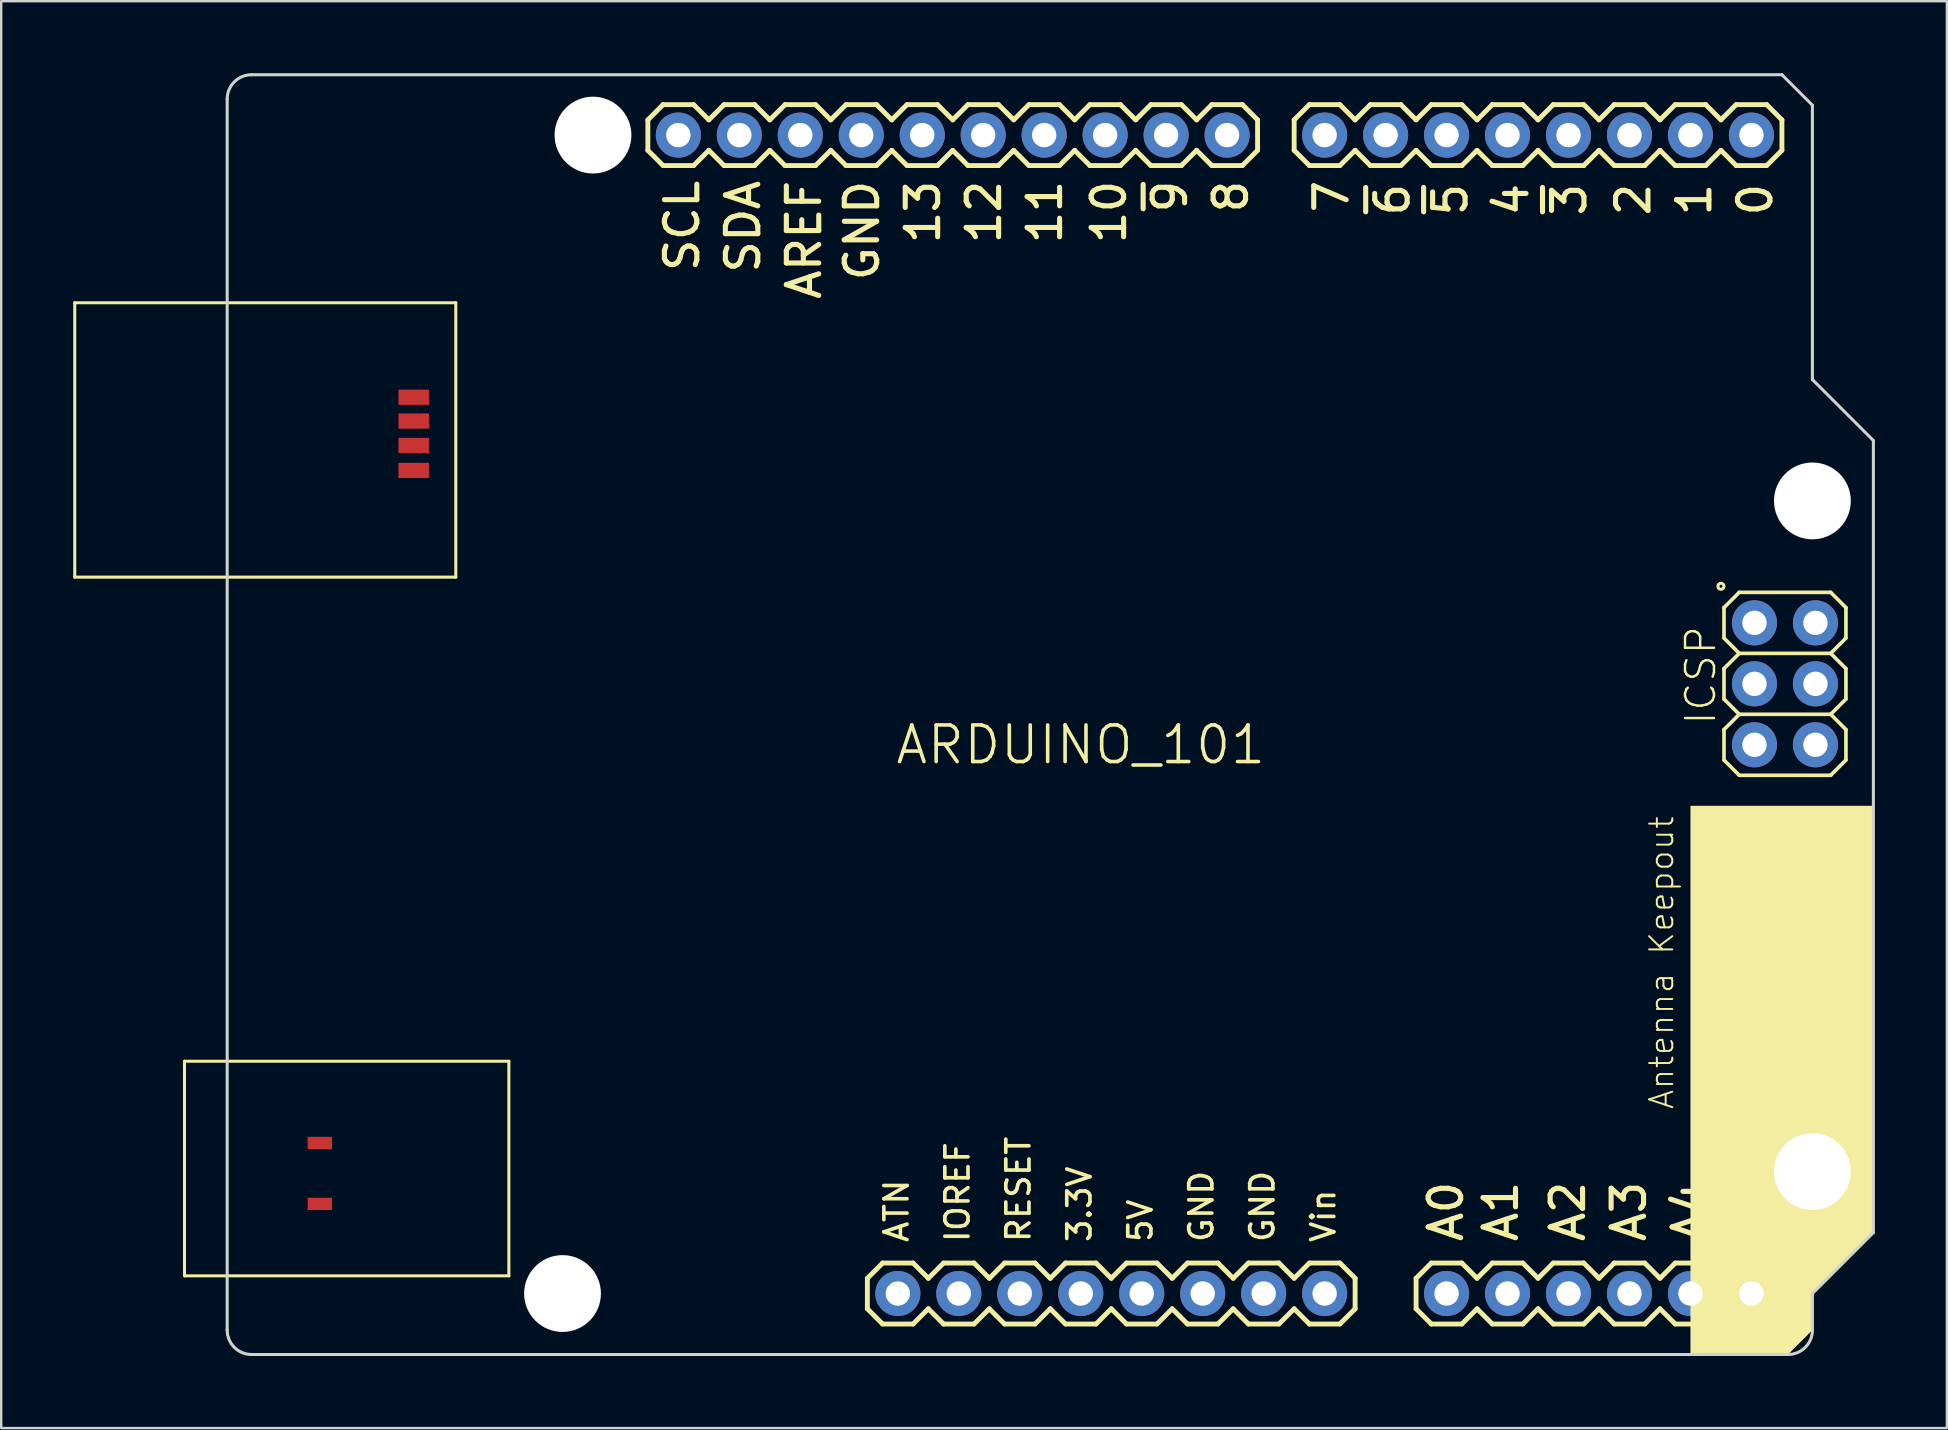
<source format=kicad_pcb>
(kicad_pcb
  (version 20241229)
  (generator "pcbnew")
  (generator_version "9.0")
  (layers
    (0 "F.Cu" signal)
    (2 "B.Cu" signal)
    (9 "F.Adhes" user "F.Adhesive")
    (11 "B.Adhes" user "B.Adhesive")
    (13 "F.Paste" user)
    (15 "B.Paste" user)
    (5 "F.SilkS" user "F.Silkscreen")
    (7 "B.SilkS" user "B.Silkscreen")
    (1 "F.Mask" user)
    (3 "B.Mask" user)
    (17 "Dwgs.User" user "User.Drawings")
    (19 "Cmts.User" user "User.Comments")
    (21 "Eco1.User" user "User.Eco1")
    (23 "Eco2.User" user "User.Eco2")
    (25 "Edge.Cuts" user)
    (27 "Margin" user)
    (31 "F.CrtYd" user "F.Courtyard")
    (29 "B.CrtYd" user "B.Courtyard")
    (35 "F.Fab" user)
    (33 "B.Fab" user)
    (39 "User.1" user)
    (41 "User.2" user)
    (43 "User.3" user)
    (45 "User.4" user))
  (footprint "ARDUINO_101"
    (layer "F.Cu")
    (at 41.974 27.978)
    (property "Reference" "ARDUINO_101" (at 0 0 0) (layer "F.SilkS") (effects (font (size 1.524 1.524) (thickness 0.15))))
    (attr through_hole)
    (fp_line (start -41.91 -18.415) (end -41.91 -6.985) (stroke (width 0.127) (type solid)) (layer "F.SilkS"))
    (fp_line (start -41.91 -6.985) (end -26.035 -6.985) (stroke (width 0.127) (type solid)) (layer "F.SilkS"))
    (fp_line (start -37.338 13.183) (end -37.338 22.123) (stroke (width 0.127) (type solid)) (layer "F.SilkS"))
    (fp_line (start -37.338 22.123) (end -23.825 22.123) (stroke (width 0.127) (type solid)) (layer "F.SilkS"))
    (fp_line (start -26.035 -18.415) (end -41.91 -18.415) (stroke (width 0.127) (type solid)) (layer "F.SilkS"))
    (fp_line (start -26.035 -6.985) (end -26.035 -18.415) (stroke (width 0.127) (type solid)) (layer "F.SilkS"))
    (fp_line (start -23.825 13.183) (end -37.338 13.183) (stroke (width 0.127) (type solid)) (layer "F.SilkS"))
    (fp_line (start -23.825 22.123) (end -23.825 13.183) (stroke (width 0.127) (type solid)) (layer "F.SilkS"))
    (fp_line (start -18.034 -26.035) (end -18.034 -24.765) (stroke (width 0.203) (type solid)) (layer "F.SilkS"))
    (fp_line (start -18.034 -24.765) (end -17.399 -24.13) (stroke (width 0.203) (type solid)) (layer "F.SilkS"))
    (fp_line (start -17.399 -26.67) (end -18.034 -26.035) (stroke (width 0.203) (type solid)) (layer "F.SilkS"))
    (fp_line (start -17.399 -26.67) (end -16.129 -26.67) (stroke (width 0.203) (type solid)) (layer "F.SilkS"))
    (fp_line (start -16.129 -26.67) (end -15.494 -26.035) (stroke (width 0.203) (type solid)) (layer "F.SilkS"))
    (fp_line (start -16.129 -24.13) (end -17.399 -24.13) (stroke (width 0.203) (type solid)) (layer "F.SilkS"))
    (fp_line (start -15.494 -24.765) (end -16.129 -24.13) (stroke (width 0.203) (type solid)) (layer "F.SilkS"))
    (fp_line (start -15.494 -24.765) (end -14.859 -24.13) (stroke (width 0.203) (type solid)) (layer "F.SilkS"))
    (fp_line (start -14.859 -26.67) (end -15.494 -26.035) (stroke (width 0.203) (type solid)) (layer "F.SilkS"))
    (fp_line (start -14.859 -26.67) (end -13.589 -26.67) (stroke (width 0.203) (type solid)) (layer "F.SilkS"))
    (fp_line (start -13.589 -26.67) (end -12.954 -26.035) (stroke (width 0.203) (type solid)) (layer "F.SilkS"))
    (fp_line (start -13.589 -24.13) (end -14.859 -24.13) (stroke (width 0.203) (type solid)) (layer "F.SilkS"))
    (fp_line (start -12.954 -24.765) (end -13.589 -24.13) (stroke (width 0.203) (type solid)) (layer "F.SilkS"))
    (fp_line (start -12.954 -24.765) (end -12.319 -24.13) (stroke (width 0.203) (type solid)) (layer "F.SilkS"))
    (fp_line (start -12.319 -26.67) (end -12.954 -26.035) (stroke (width 0.203) (type solid)) (layer "F.SilkS"))
    (fp_line (start -12.319 -26.67) (end -11.049 -26.67) (stroke (width 0.203) (type solid)) (layer "F.SilkS"))
    (fp_line (start -11.049 -26.67) (end -10.414 -26.035) (stroke (width 0.203) (type solid)) (layer "F.SilkS"))
    (fp_line (start -11.049 -24.13) (end -12.319 -24.13) (stroke (width 0.203) (type solid)) (layer "F.SilkS"))
    (fp_line (start -10.414 -26.035) (end -9.779 -26.67) (stroke (width 0.203) (type solid)) (layer "F.SilkS"))
    (fp_line (start -10.414 -24.765) (end -11.049 -24.13) (stroke (width 0.203) (type solid)) (layer "F.SilkS"))
    (fp_line (start -9.779 -26.67) (end -8.509 -26.67) (stroke (width 0.203) (type solid)) (layer "F.SilkS"))
    (fp_line (start -9.779 -24.13) (end -10.414 -24.765) (stroke (width 0.203) (type solid)) (layer "F.SilkS"))
    (fp_line (start -8.89 22.225) (end -8.89 23.495) (stroke (width 0.203) (type solid)) (layer "F.SilkS"))
    (fp_line (start -8.89 23.495) (end -8.255 24.13) (stroke (width 0.203) (type solid)) (layer "F.SilkS"))
    (fp_line (start -8.509 -26.67) (end -7.874 -26.035) (stroke (width 0.203) (type solid)) (layer "F.SilkS"))
    (fp_line (start -8.509 -24.13) (end -9.779 -24.13) (stroke (width 0.203) (type solid)) (layer "F.SilkS"))
    (fp_line (start -8.255 21.59) (end -8.89 22.225) (stroke (width 0.203) (type solid)) (layer "F.SilkS"))
    (fp_line (start -8.255 21.59) (end -6.985 21.59) (stroke (width 0.203) (type solid)) (layer "F.SilkS"))
    (fp_line (start -7.874 -26.035) (end -7.239 -26.67) (stroke (width 0.203) (type solid)) (layer "F.SilkS"))
    (fp_line (start -7.874 -24.765) (end -8.509 -24.13) (stroke (width 0.203) (type solid)) (layer "F.SilkS"))
    (fp_line (start -7.239 -26.67) (end -5.969 -26.67) (stroke (width 0.203) (type solid)) (layer "F.SilkS"))
    (fp_line (start -7.239 -24.13) (end -7.874 -24.765) (stroke (width 0.203) (type solid)) (layer "F.SilkS"))
    (fp_line (start -6.985 21.59) (end -6.35 22.225) (stroke (width 0.203) (type solid)) (layer "F.SilkS"))
    (fp_line (start -6.985 24.13) (end -8.255 24.13) (stroke (width 0.203) (type solid)) (layer "F.SilkS"))
    (fp_line (start -6.35 23.495) (end -6.985 24.13) (stroke (width 0.203) (type solid)) (layer "F.SilkS"))
    (fp_line (start -6.35 23.495) (end -5.715 24.13) (stroke (width 0.203) (type solid)) (layer "F.SilkS"))
    (fp_line (start -5.969 -26.67) (end -5.334 -26.035) (stroke (width 0.203) (type solid)) (layer "F.SilkS"))
    (fp_line (start -5.969 -24.13) (end -7.239 -24.13) (stroke (width 0.203) (type solid)) (layer "F.SilkS"))
    (fp_line (start -5.715 21.59) (end -6.35 22.225) (stroke (width 0.203) (type solid)) (layer "F.SilkS"))
    (fp_line (start -5.715 21.59) (end -4.445 21.59) (stroke (width 0.203) (type solid)) (layer "F.SilkS"))
    (fp_line (start -5.334 -24.765) (end -5.969 -24.13) (stroke (width 0.203) (type solid)) (layer "F.SilkS"))
    (fp_line (start -5.334 -24.765) (end -4.699 -24.13) (stroke (width 0.203) (type solid)) (layer "F.SilkS"))
    (fp_line (start -4.699 -26.67) (end -5.334 -26.035) (stroke (width 0.203) (type solid)) (layer "F.SilkS"))
    (fp_line (start -4.699 -26.67) (end -3.429 -26.67) (stroke (width 0.203) (type solid)) (layer "F.SilkS"))
    (fp_line (start -4.445 21.59) (end -3.81 22.225) (stroke (width 0.203) (type solid)) (layer "F.SilkS"))
    (fp_line (start -4.445 24.13) (end -5.715 24.13) (stroke (width 0.203) (type solid)) (layer "F.SilkS"))
    (fp_line (start -3.81 23.495) (end -4.445 24.13) (stroke (width 0.203) (type solid)) (layer "F.SilkS"))
    (fp_line (start -3.81 23.495) (end -3.175 24.13) (stroke (width 0.203) (type solid)) (layer "F.SilkS"))
    (fp_line (start -3.429 -26.67) (end -2.794 -26.035) (stroke (width 0.203) (type solid)) (layer "F.SilkS"))
    (fp_line (start -3.429 -24.13) (end -4.699 -24.13) (stroke (width 0.203) (type solid)) (layer "F.SilkS"))
    (fp_line (start -3.175 21.59) (end -3.81 22.225) (stroke (width 0.203) (type solid)) (layer "F.SilkS"))
    (fp_line (start -3.175 21.59) (end -1.905 21.59) (stroke (width 0.203) (type solid)) (layer "F.SilkS"))
    (fp_line (start -2.794 -26.035) (end -2.159 -26.67) (stroke (width 0.203) (type solid)) (layer "F.SilkS"))
    (fp_line (start -2.794 -24.765) (end -3.429 -24.13) (stroke (width 0.203) (type solid)) (layer "F.SilkS"))
    (fp_line (start -2.159 -26.67) (end -0.889 -26.67) (stroke (width 0.203) (type solid)) (layer "F.SilkS"))
    (fp_line (start -2.159 -24.13) (end -2.794 -24.765) (stroke (width 0.203) (type solid)) (layer "F.SilkS"))
    (fp_line (start -1.905 21.59) (end -1.27 22.225) (stroke (width 0.203) (type solid)) (layer "F.SilkS"))
    (fp_line (start -1.905 24.13) (end -3.175 24.13) (stroke (width 0.203) (type solid)) (layer "F.SilkS"))
    (fp_line (start -1.27 22.225) (end -0.635 21.59) (stroke (width 0.203) (type solid)) (layer "F.SilkS"))
    (fp_line (start -1.27 23.495) (end -1.905 24.13) (stroke (width 0.203) (type solid)) (layer "F.SilkS"))
    (fp_line (start -0.889 -26.67) (end -0.254 -26.035) (stroke (width 0.203) (type solid)) (layer "F.SilkS"))
    (fp_line (start -0.889 -24.13) (end -2.159 -24.13) (stroke (width 0.203) (type solid)) (layer "F.SilkS"))
    (fp_line (start -0.635 21.59) (end 0.635 21.59) (stroke (width 0.203) (type solid)) (layer "F.SilkS"))
    (fp_line (start -0.635 24.13) (end -1.27 23.495) (stroke (width 0.203) (type solid)) (layer "F.SilkS"))
    (fp_line (start -0.254 -26.035) (end 0.381 -26.67) (stroke (width 0.203) (type solid)) (layer "F.SilkS"))
    (fp_line (start -0.254 -24.765) (end -0.889 -24.13) (stroke (width 0.203) (type solid)) (layer "F.SilkS"))
    (fp_line (start 0.381 -26.67) (end 1.651 -26.67) (stroke (width 0.203) (type solid)) (layer "F.SilkS"))
    (fp_line (start 0.381 -24.13) (end -0.254 -24.765) (stroke (width 0.203) (type solid)) (layer "F.SilkS"))
    (fp_line (start 0.635 21.59) (end 1.27 22.225) (stroke (width 0.203) (type solid)) (layer "F.SilkS"))
    (fp_line (start 0.635 24.13) (end -0.635 24.13) (stroke (width 0.203) (type solid)) (layer "F.SilkS"))
    (fp_line (start 1.27 22.225) (end 1.905 21.59) (stroke (width 0.203) (type solid)) (layer "F.SilkS"))
    (fp_line (start 1.27 23.495) (end 0.635 24.13) (stroke (width 0.203) (type solid)) (layer "F.SilkS"))
    (fp_line (start 1.651 -26.67) (end 2.286 -26.035) (stroke (width 0.203) (type solid)) (layer "F.SilkS"))
    (fp_line (start 1.651 -24.13) (end 0.381 -24.13) (stroke (width 0.203) (type solid)) (layer "F.SilkS"))
    (fp_line (start 1.905 21.59) (end 3.175 21.59) (stroke (width 0.203) (type solid)) (layer "F.SilkS"))
    (fp_line (start 1.905 24.13) (end 1.27 23.495) (stroke (width 0.203) (type solid)) (layer "F.SilkS"))
    (fp_line (start 2.286 -24.765) (end 1.651 -24.13) (stroke (width 0.203) (type solid)) (layer "F.SilkS"))
    (fp_line (start 2.286 -24.765) (end 2.921 -24.13) (stroke (width 0.203) (type solid)) (layer "F.SilkS"))
    (fp_line (start 2.921 -26.67) (end 2.286 -26.035) (stroke (width 0.203) (type solid)) (layer "F.SilkS"))
    (fp_line (start 2.921 -26.67) (end 4.191 -26.67) (stroke (width 0.203) (type solid)) (layer "F.SilkS"))
    (fp_line (start 3.175 21.59) (end 3.81 22.225) (stroke (width 0.203) (type solid)) (layer "F.SilkS"))
    (fp_line (start 3.175 24.13) (end 1.905 24.13) (stroke (width 0.203) (type solid)) (layer "F.SilkS"))
    (fp_line (start 3.81 23.495) (end 3.175 24.13) (stroke (width 0.203) (type solid)) (layer "F.SilkS"))
    (fp_line (start 3.81 23.495) (end 4.445 24.13) (stroke (width 0.203) (type solid)) (layer "F.SilkS"))
    (fp_line (start 4.191 -26.67) (end 4.826 -26.035) (stroke (width 0.203) (type solid)) (layer "F.SilkS"))
    (fp_line (start 4.191 -24.13) (end 2.921 -24.13) (stroke (width 0.203) (type solid)) (layer "F.SilkS"))
    (fp_line (start 4.445 21.59) (end 3.81 22.225) (stroke (width 0.203) (type solid)) (layer "F.SilkS"))
    (fp_line (start 4.445 21.59) (end 5.715 21.59) (stroke (width 0.203) (type solid)) (layer "F.SilkS"))
    (fp_line (start 4.826 -24.765) (end 4.191 -24.13) (stroke (width 0.203) (type solid)) (layer "F.SilkS"))
    (fp_line (start 4.826 -24.765) (end 5.461 -24.13) (stroke (width 0.203) (type solid)) (layer "F.SilkS"))
    (fp_line (start 5.461 -26.67) (end 4.826 -26.035) (stroke (width 0.203) (type solid)) (layer "F.SilkS"))
    (fp_line (start 5.461 -26.67) (end 6.731 -26.67) (stroke (width 0.203) (type solid)) (layer "F.SilkS"))
    (fp_line (start 5.715 21.59) (end 6.35 22.225) (stroke (width 0.203) (type solid)) (layer "F.SilkS"))
    (fp_line (start 5.715 24.13) (end 4.445 24.13) (stroke (width 0.203) (type solid)) (layer "F.SilkS"))
    (fp_line (start 6.35 22.225) (end 6.985 21.59) (stroke (width 0.203) (type solid)) (layer "F.SilkS"))
    (fp_line (start 6.35 23.495) (end 5.715 24.13) (stroke (width 0.203) (type solid)) (layer "F.SilkS"))
    (fp_line (start 6.731 -26.67) (end 7.366 -26.035) (stroke (width 0.203) (type solid)) (layer "F.SilkS"))
    (fp_line (start 6.731 -24.13) (end 5.461 -24.13) (stroke (width 0.203) (type solid)) (layer "F.SilkS"))
    (fp_line (start 6.985 21.59) (end 8.255 21.59) (stroke (width 0.203) (type solid)) (layer "F.SilkS"))
    (fp_line (start 6.985 24.13) (end 6.35 23.495) (stroke (width 0.203) (type solid)) (layer "F.SilkS"))
    (fp_line (start 7.366 -26.035) (end 7.366 -24.765) (stroke (width 0.203) (type solid)) (layer "F.SilkS"))
    (fp_line (start 7.366 -24.765) (end 6.731 -24.13) (stroke (width 0.203) (type solid)) (layer "F.SilkS"))
    (fp_line (start 8.255 21.59) (end 8.89 22.225) (stroke (width 0.203) (type solid)) (layer "F.SilkS"))
    (fp_line (start 8.255 24.13) (end 6.985 24.13) (stroke (width 0.203) (type solid)) (layer "F.SilkS"))
    (fp_line (start 8.89 -26.035) (end 8.89 -24.765) (stroke (width 0.203) (type solid)) (layer "F.SilkS"))
    (fp_line (start 8.89 -24.765) (end 9.525 -24.13) (stroke (width 0.203) (type solid)) (layer "F.SilkS"))
    (fp_line (start 8.89 22.225) (end 9.525 21.59) (stroke (width 0.203) (type solid)) (layer "F.SilkS"))
    (fp_line (start 8.89 23.495) (end 8.255 24.13) (stroke (width 0.203) (type solid)) (layer "F.SilkS"))
    (fp_line (start 9.525 -26.67) (end 8.89 -26.035) (stroke (width 0.203) (type solid)) (layer "F.SilkS"))
    (fp_line (start 9.525 -26.67) (end 10.795 -26.67) (stroke (width 0.203) (type solid)) (layer "F.SilkS"))
    (fp_line (start 9.525 21.59) (end 10.795 21.59) (stroke (width 0.203) (type solid)) (layer "F.SilkS"))
    (fp_line (start 9.525 24.13) (end 8.89 23.495) (stroke (width 0.203) (type solid)) (layer "F.SilkS"))
    (fp_line (start 10.795 -26.67) (end 11.43 -26.035) (stroke (width 0.203) (type solid)) (layer "F.SilkS"))
    (fp_line (start 10.795 -24.13) (end 9.525 -24.13) (stroke (width 0.203) (type solid)) (layer "F.SilkS"))
    (fp_line (start 10.795 21.59) (end 11.43 22.225) (stroke (width 0.203) (type solid)) (layer "F.SilkS"))
    (fp_line (start 10.795 24.13) (end 9.525 24.13) (stroke (width 0.203) (type solid)) (layer "F.SilkS"))
    (fp_line (start 11.43 -26.035) (end 12.065 -26.67) (stroke (width 0.203) (type solid)) (layer "F.SilkS"))
    (fp_line (start 11.43 -24.765) (end 10.795 -24.13) (stroke (width 0.203) (type solid)) (layer "F.SilkS"))
    (fp_line (start 11.43 22.225) (end 11.43 23.495) (stroke (width 0.203) (type solid)) (layer "F.SilkS"))
    (fp_line (start 11.43 23.495) (end 10.795 24.13) (stroke (width 0.203) (type solid)) (layer "F.SilkS"))
    (fp_line (start 12.065 -26.67) (end 13.335 -26.67) (stroke (width 0.203) (type solid)) (layer "F.SilkS"))
    (fp_line (start 12.065 -24.13) (end 11.43 -24.765) (stroke (width 0.203) (type solid)) (layer "F.SilkS"))
    (fp_line (start 13.335 -26.67) (end 13.97 -26.035) (stroke (width 0.203) (type solid)) (layer "F.SilkS"))
    (fp_line (start 13.335 -24.13) (end 12.065 -24.13) (stroke (width 0.203) (type solid)) (layer "F.SilkS"))
    (fp_line (start 13.97 -26.035) (end 14.605 -26.67) (stroke (width 0.203) (type solid)) (layer "F.SilkS"))
    (fp_line (start 13.97 -24.765) (end 13.335 -24.13) (stroke (width 0.203) (type solid)) (layer "F.SilkS"))
    (fp_line (start 13.97 22.225) (end 13.97 23.495) (stroke (width 0.203) (type solid)) (layer "F.SilkS"))
    (fp_line (start 13.97 23.495) (end 14.605 24.13) (stroke (width 0.203) (type solid)) (layer "F.SilkS"))
    (fp_line (start 14.605 -26.67) (end 15.875 -26.67) (stroke (width 0.203) (type solid)) (layer "F.SilkS"))
    (fp_line (start 14.605 -24.13) (end 13.97 -24.765) (stroke (width 0.203) (type solid)) (layer "F.SilkS"))
    (fp_line (start 14.605 21.59) (end 13.97 22.225) (stroke (width 0.203) (type solid)) (layer "F.SilkS"))
    (fp_line (start 14.605 21.59) (end 15.875 21.59) (stroke (width 0.203) (type solid)) (layer "F.SilkS"))
    (fp_line (start 15.875 -26.67) (end 16.51 -26.035) (stroke (width 0.203) (type solid)) (layer "F.SilkS"))
    (fp_line (start 15.875 -24.13) (end 14.605 -24.13) (stroke (width 0.203) (type solid)) (layer "F.SilkS"))
    (fp_line (start 15.875 21.59) (end 16.51 22.225) (stroke (width 0.203) (type solid)) (layer "F.SilkS"))
    (fp_line (start 15.875 24.13) (end 14.605 24.13) (stroke (width 0.203) (type solid)) (layer "F.SilkS"))
    (fp_line (start 16.51 -24.765) (end 15.875 -24.13) (stroke (width 0.203) (type solid)) (layer "F.SilkS"))
    (fp_line (start 16.51 -24.765) (end 17.145 -24.13) (stroke (width 0.203) (type solid)) (layer "F.SilkS"))
    (fp_line (start 16.51 22.225) (end 17.145 21.59) (stroke (width 0.203) (type solid)) (layer "F.SilkS"))
    (fp_line (start 16.51 23.495) (end 15.875 24.13) (stroke (width 0.203) (type solid)) (layer "F.SilkS"))
    (fp_line (start 17.145 -26.67) (end 16.51 -26.035) (stroke (width 0.203) (type solid)) (layer "F.SilkS"))
    (fp_line (start 17.145 -26.67) (end 18.415 -26.67) (stroke (width 0.203) (type solid)) (layer "F.SilkS"))
    (fp_line (start 17.145 21.59) (end 18.415 21.59) (stroke (width 0.203) (type solid)) (layer "F.SilkS"))
    (fp_line (start 17.145 24.13) (end 16.51 23.495) (stroke (width 0.203) (type solid)) (layer "F.SilkS"))
    (fp_line (start 18.415 -26.67) (end 19.05 -26.035) (stroke (width 0.203) (type solid)) (layer "F.SilkS"))
    (fp_line (start 18.415 -24.13) (end 17.145 -24.13) (stroke (width 0.203) (type solid)) (layer "F.SilkS"))
    (fp_line (start 18.415 21.59) (end 19.05 22.225) (stroke (width 0.203) (type solid)) (layer "F.SilkS"))
    (fp_line (start 18.415 24.13) (end 17.145 24.13) (stroke (width 0.203) (type solid)) (layer "F.SilkS"))
    (fp_line (start 19.05 -26.035) (end 19.685 -26.67) (stroke (width 0.203) (type solid)) (layer "F.SilkS"))
    (fp_line (start 19.05 -24.765) (end 18.415 -24.13) (stroke (width 0.203) (type solid)) (layer "F.SilkS"))
    (fp_line (start 19.05 22.225) (end 19.685 21.59) (stroke (width 0.203) (type solid)) (layer "F.SilkS"))
    (fp_line (start 19.05 23.495) (end 18.415 24.13) (stroke (width 0.203) (type solid)) (layer "F.SilkS"))
    (fp_line (start 19.685 -26.67) (end 20.955 -26.67) (stroke (width 0.203) (type solid)) (layer "F.SilkS"))
    (fp_line (start 19.685 -24.13) (end 19.05 -24.765) (stroke (width 0.203) (type solid)) (layer "F.SilkS"))
    (fp_line (start 19.685 21.59) (end 20.955 21.59) (stroke (width 0.203) (type solid)) (layer "F.SilkS"))
    (fp_line (start 19.685 24.13) (end 19.05 23.495) (stroke (width 0.203) (type solid)) (layer "F.SilkS"))
    (fp_line (start 20.955 -26.67) (end 21.59 -26.035) (stroke (width 0.203) (type solid)) (layer "F.SilkS"))
    (fp_line (start 20.955 -24.13) (end 19.685 -24.13) (stroke (width 0.203) (type solid)) (layer "F.SilkS"))
    (fp_line (start 20.955 21.59) (end 21.59 22.225) (stroke (width 0.203) (type solid)) (layer "F.SilkS"))
    (fp_line (start 20.955 24.13) (end 19.685 24.13) (stroke (width 0.203) (type solid)) (layer "F.SilkS"))
    (fp_line (start 21.59 -26.035) (end 22.225 -26.67) (stroke (width 0.203) (type solid)) (layer "F.SilkS"))
    (fp_line (start 21.59 -24.765) (end 20.955 -24.13) (stroke (width 0.203) (type solid)) (layer "F.SilkS"))
    (fp_line (start 21.59 23.495) (end 20.955 24.13) (stroke (width 0.203) (type solid)) (layer "F.SilkS"))
    (fp_line (start 21.59 23.495) (end 22.225 24.13) (stroke (width 0.203) (type solid)) (layer "F.SilkS"))
    (fp_line (start 22.225 -26.67) (end 23.495 -26.67) (stroke (width 0.203) (type solid)) (layer "F.SilkS"))
    (fp_line (start 22.225 -24.13) (end 21.59 -24.765) (stroke (width 0.203) (type solid)) (layer "F.SilkS"))
    (fp_line (start 22.225 21.59) (end 21.59 22.225) (stroke (width 0.203) (type solid)) (layer "F.SilkS"))
    (fp_line (start 22.225 21.59) (end 23.495 21.59) (stroke (width 0.203) (type solid)) (layer "F.SilkS"))
    (fp_line (start 23.495 -26.67) (end 24.13 -26.035) (stroke (width 0.203) (type solid)) (layer "F.SilkS"))
    (fp_line (start 23.495 -24.13) (end 22.225 -24.13) (stroke (width 0.203) (type solid)) (layer "F.SilkS"))
    (fp_line (start 23.495 21.59) (end 24.13 22.225) (stroke (width 0.203) (type solid)) (layer "F.SilkS"))
    (fp_line (start 23.495 24.13) (end 22.225 24.13) (stroke (width 0.203) (type solid)) (layer "F.SilkS"))
    (fp_line (start 24.13 -24.765) (end 23.495 -24.13) (stroke (width 0.203) (type solid)) (layer "F.SilkS"))
    (fp_line (start 24.13 -24.765) (end 24.765 -24.13) (stroke (width 0.203) (type solid)) (layer "F.SilkS"))
    (fp_line (start 24.13 22.225) (end 24.765 21.59) (stroke (width 0.203) (type solid)) (layer "F.SilkS"))
    (fp_line (start 24.13 23.495) (end 23.495 24.13) (stroke (width 0.203) (type solid)) (layer "F.SilkS"))
    (fp_line (start 24.765 -26.67) (end 24.13 -26.035) (stroke (width 0.203) (type solid)) (layer "F.SilkS"))
    (fp_line (start 24.765 -26.67) (end 26.035 -26.67) (stroke (width 0.203) (type solid)) (layer "F.SilkS"))
    (fp_line (start 24.765 21.59) (end 26.035 21.59) (stroke (width 0.203) (type solid)) (layer "F.SilkS"))
    (fp_line (start 24.765 24.13) (end 24.13 23.495) (stroke (width 0.203) (type solid)) (layer "F.SilkS"))
    (fp_line (start 26.035 -26.67) (end 26.67 -26.035) (stroke (width 0.203) (type solid)) (layer "F.SilkS"))
    (fp_line (start 26.035 -24.13) (end 24.765 -24.13) (stroke (width 0.203) (type solid)) (layer "F.SilkS"))
    (fp_line (start 26.035 21.59) (end 26.67 22.225) (stroke (width 0.203) (type solid)) (layer "F.SilkS"))
    (fp_line (start 26.035 24.13) (end 24.765 24.13) (stroke (width 0.203) (type solid)) (layer "F.SilkS"))
    (fp_line (start 26.67 -24.765) (end 26.035 -24.13) (stroke (width 0.203) (type solid)) (layer "F.SilkS"))
    (fp_line (start 26.67 -24.765) (end 27.305 -24.13) (stroke (width 0.203) (type solid)) (layer "F.SilkS"))
    (fp_line (start 26.67 22.225) (end 27.305 21.59) (stroke (width 0.203) (type solid)) (layer "F.SilkS"))
    (fp_line (start 26.67 23.495) (end 26.035 24.13) (stroke (width 0.203) (type solid)) (layer "F.SilkS"))
    (fp_line (start 26.797 -5.715) (end 27.432 -6.35) (stroke (width 0.152) (type solid)) (layer "F.SilkS"))
    (fp_line (start 26.797 -4.445) (end 26.797 -5.715) (stroke (width 0.152) (type solid)) (layer "F.SilkS"))
    (fp_line (start 26.797 -3.175) (end 27.432 -3.81) (stroke (width 0.152) (type solid)) (layer "F.SilkS"))
    (fp_line (start 26.797 -1.905) (end 26.797 -3.175) (stroke (width 0.152) (type solid)) (layer "F.SilkS"))
    (fp_line (start 26.797 -0.635) (end 27.432 -1.27) (stroke (width 0.152) (type solid)) (layer "F.SilkS"))
    (fp_line (start 26.797 0.635) (end 26.797 -0.635) (stroke (width 0.152) (type solid)) (layer "F.SilkS"))
    (fp_line (start 27.305 -26.67) (end 26.67 -26.035) (stroke (width 0.203) (type solid)) (layer "F.SilkS"))
    (fp_line (start 27.305 -26.67) (end 28.575 -26.67) (stroke (width 0.203) (type solid)) (layer "F.SilkS"))
    (fp_line (start 27.305 21.59) (end 28.575 21.59) (stroke (width 0.203) (type solid)) (layer "F.SilkS"))
    (fp_line (start 27.305 24.13) (end 26.67 23.495) (stroke (width 0.203) (type solid)) (layer "F.SilkS"))
    (fp_line (start 27.432 -6.35) (end 31.242 -6.35) (stroke (width 0.152) (type solid)) (layer "F.SilkS"))
    (fp_line (start 27.432 -3.81) (end 26.797 -4.445) (stroke (width 0.152) (type solid)) (layer "F.SilkS"))
    (fp_line (start 27.432 -3.81) (end 31.242 -3.81) (stroke (width 0.152) (type solid)) (layer "F.SilkS"))
    (fp_line (start 27.432 -1.27) (end 26.797 -1.905) (stroke (width 0.152) (type solid)) (layer "F.SilkS"))
    (fp_line (start 27.432 -1.27) (end 31.242 -1.27) (stroke (width 0.152) (type solid)) (layer "F.SilkS"))
    (fp_line (start 27.432 1.27) (end 26.797 0.635) (stroke (width 0.152) (type solid)) (layer "F.SilkS"))
    (fp_line (start 27.432 1.27) (end 31.242 1.27) (stroke (width 0.152) (type solid)) (layer "F.SilkS"))
    (fp_line (start 28.575 -26.67) (end 29.21 -26.035) (stroke (width 0.203) (type solid)) (layer "F.SilkS"))
    (fp_line (start 28.575 -24.13) (end 27.305 -24.13) (stroke (width 0.203) (type solid)) (layer "F.SilkS"))
    (fp_line (start 28.575 21.59) (end 29.21 22.225) (stroke (width 0.203) (type solid)) (layer "F.SilkS"))
    (fp_line (start 28.575 24.13) (end 27.305 24.13) (stroke (width 0.203) (type solid)) (layer "F.SilkS"))
    (fp_line (start 29.21 -26.035) (end 29.21 -24.765) (stroke (width 0.203) (type solid)) (layer "F.SilkS"))
    (fp_line (start 29.21 -24.765) (end 28.575 -24.13) (stroke (width 0.203) (type solid)) (layer "F.SilkS"))
    (fp_line (start 29.21 22.225) (end 29.21 23.495) (stroke (width 0.203) (type solid)) (layer "F.SilkS"))
    (fp_line (start 29.21 23.495) (end 28.575 24.13) (stroke (width 0.203) (type solid)) (layer "F.SilkS"))
    (fp_line (start 31.242 -3.81) (end 31.877 -4.445) (stroke (width 0.152) (type solid)) (layer "F.SilkS"))
    (fp_line (start 31.242 -1.27) (end 31.877 -1.905) (stroke (width 0.152) (type solid)) (layer "F.SilkS"))
    (fp_line (start 31.242 1.27) (end 31.877 0.635) (stroke (width 0.152) (type solid)) (layer "F.SilkS"))
    (fp_line (start 31.877 -5.715) (end 31.242 -6.35) (stroke (width 0.152) (type solid)) (layer "F.SilkS"))
    (fp_line (start 31.877 -4.445) (end 31.877 -5.715) (stroke (width 0.152) (type solid)) (layer "F.SilkS"))
    (fp_line (start 31.877 -3.175) (end 31.242 -3.81) (stroke (width 0.152) (type solid)) (layer "F.SilkS"))
    (fp_line (start 31.877 -1.905) (end 31.877 -3.175) (stroke (width 0.152) (type solid)) (layer "F.SilkS"))
    (fp_line (start 31.877 -0.635) (end 31.242 -1.27) (stroke (width 0.152) (type solid)) (layer "F.SilkS"))
    (fp_line (start 31.877 0.635) (end 31.877 -0.635) (stroke (width 0.152) (type solid)) (layer "F.SilkS"))
    (fp_circle (center 26.67 -6.604) (end 26.797 -6.604) (stroke (width 0.127) (type solid)) (fill no) (layer "F.SilkS"))
    (fp_poly (pts (xy 33.02 2.54) (xy 25.4 2.54) (xy 25.4 25.4) (xy 29.464 25.4) (xy 30.48 24.384) (xy 30.48 22.86) (xy 33.02 20.32)) (stroke (width 0) (type solid)) (fill yes) (layer "F.SilkS"))
    (fp_poly (pts (xy -17.018 -25.146) (xy -16.51 -25.146) (xy -16.51 -25.654) (xy -17.018 -25.654)) (stroke (width 0.1) (type solid)) (fill no) (layer "Dwgs.User"))
    (fp_poly (pts (xy -14.478 -25.146) (xy -13.97 -25.146) (xy -13.97 -25.654) (xy -14.478 -25.654)) (stroke (width 0.1) (type solid)) (fill no) (layer "Dwgs.User"))
    (fp_poly (pts (xy -11.938 -25.146) (xy -11.43 -25.146) (xy -11.43 -25.654) (xy -11.938 -25.654)) (stroke (width 0.1) (type solid)) (fill no) (layer "Dwgs.User"))
    (fp_poly (pts (xy -9.398 -25.146) (xy -8.89 -25.146) (xy -8.89 -25.654) (xy -9.398 -25.654)) (stroke (width 0.1) (type solid)) (fill no) (layer "Dwgs.User"))
    (fp_poly (pts (xy -7.874 23.114) (xy -7.366 23.114) (xy -7.366 22.606) (xy -7.874 22.606)) (stroke (width 0.1) (type solid)) (fill no) (layer "Dwgs.User"))
    (fp_poly (pts (xy -6.858 -25.146) (xy -6.35 -25.146) (xy -6.35 -25.654) (xy -6.858 -25.654)) (stroke (width 0.1) (type solid)) (fill no) (layer "Dwgs.User"))
    (fp_poly (pts (xy -5.334 23.114) (xy -4.826 23.114) (xy -4.826 22.606) (xy -5.334 22.606)) (stroke (width 0.1) (type solid)) (fill no) (layer "Dwgs.User"))
    (fp_poly (pts (xy -4.318 -25.146) (xy -3.81 -25.146) (xy -3.81 -25.654) (xy -4.318 -25.654)) (stroke (width 0.1) (type solid)) (fill no) (layer "Dwgs.User"))
    (fp_poly (pts (xy -2.794 23.114) (xy -2.286 23.114) (xy -2.286 22.606) (xy -2.794 22.606)) (stroke (width 0.1) (type solid)) (fill no) (layer "Dwgs.User"))
    (fp_poly (pts (xy -1.778 -25.146) (xy -1.27 -25.146) (xy -1.27 -25.654) (xy -1.778 -25.654)) (stroke (width 0.1) (type solid)) (fill no) (layer "Dwgs.User"))
    (fp_poly (pts (xy -0.254 23.114) (xy 0.254 23.114) (xy 0.254 22.606) (xy -0.254 22.606)) (stroke (width 0.1) (type solid)) (fill no) (layer "Dwgs.User"))
    (fp_poly (pts (xy 0.762 -25.146) (xy 1.27 -25.146) (xy 1.27 -25.654) (xy 0.762 -25.654)) (stroke (width 0.1) (type solid)) (fill no) (layer "Dwgs.User"))
    (fp_poly (pts (xy 2.286 23.114) (xy 2.794 23.114) (xy 2.794 22.606) (xy 2.286 22.606)) (stroke (width 0.1) (type solid)) (fill no) (layer "Dwgs.User"))
    (fp_poly (pts (xy 3.302 -25.146) (xy 3.81 -25.146) (xy 3.81 -25.654) (xy 3.302 -25.654)) (stroke (width 0.1) (type solid)) (fill no) (layer "Dwgs.User"))
    (fp_poly (pts (xy 4.826 23.114) (xy 5.334 23.114) (xy 5.334 22.606) (xy 4.826 22.606)) (stroke (width 0.1) (type solid)) (fill no) (layer "Dwgs.User"))
    (fp_poly (pts (xy 5.842 -25.146) (xy 6.35 -25.146) (xy 6.35 -25.654) (xy 5.842 -25.654)) (stroke (width 0.1) (type solid)) (fill no) (layer "Dwgs.User"))
    (fp_poly (pts (xy 7.366 23.114) (xy 7.874 23.114) (xy 7.874 22.606) (xy 7.366 22.606)) (stroke (width 0.1) (type solid)) (fill no) (layer "Dwgs.User"))
    (fp_poly (pts (xy 9.906 -25.146) (xy 10.414 -25.146) (xy 10.414 -25.654) (xy 9.906 -25.654)) (stroke (width 0.1) (type solid)) (fill no) (layer "Dwgs.User"))
    (fp_poly (pts (xy 9.906 23.114) (xy 10.414 23.114) (xy 10.414 22.606) (xy 9.906 22.606)) (stroke (width 0.1) (type solid)) (fill no) (layer "Dwgs.User"))
    (fp_poly (pts (xy 12.446 -25.146) (xy 12.954 -25.146) (xy 12.954 -25.654) (xy 12.446 -25.654)) (stroke (width 0.1) (type solid)) (fill no) (layer "Dwgs.User"))
    (fp_poly (pts (xy 14.986 -25.146) (xy 15.494 -25.146) (xy 15.494 -25.654) (xy 14.986 -25.654)) (stroke (width 0.1) (type solid)) (fill no) (layer "Dwgs.User"))
    (fp_poly (pts (xy 14.986 23.114) (xy 15.494 23.114) (xy 15.494 22.606) (xy 14.986 22.606)) (stroke (width 0.1) (type solid)) (fill no) (layer "Dwgs.User"))
    (fp_poly (pts (xy 17.526 -25.146) (xy 18.034 -25.146) (xy 18.034 -25.654) (xy 17.526 -25.654)) (stroke (width 0.1) (type solid)) (fill no) (layer "Dwgs.User"))
    (fp_poly (pts (xy 17.526 23.114) (xy 18.034 23.114) (xy 18.034 22.606) (xy 17.526 22.606)) (stroke (width 0.1) (type solid)) (fill no) (layer "Dwgs.User"))
    (fp_poly (pts (xy 20.066 -25.146) (xy 20.574 -25.146) (xy 20.574 -25.654) (xy 20.066 -25.654)) (stroke (width 0.1) (type solid)) (fill no) (layer "Dwgs.User"))
    (fp_poly (pts (xy 20.066 23.114) (xy 20.574 23.114) (xy 20.574 22.606) (xy 20.066 22.606)) (stroke (width 0.1) (type solid)) (fill no) (layer "Dwgs.User"))
    (fp_poly (pts (xy 22.606 -25.146) (xy 23.114 -25.146) (xy 23.114 -25.654) (xy 22.606 -25.654)) (stroke (width 0.1) (type solid)) (fill no) (layer "Dwgs.User"))
    (fp_poly (pts (xy 22.606 23.114) (xy 23.114 23.114) (xy 23.114 22.606) (xy 22.606 22.606)) (stroke (width 0.1) (type solid)) (fill no) (layer "Dwgs.User"))
    (fp_poly (pts (xy 25.146 -25.146) (xy 25.654 -25.146) (xy 25.654 -25.654) (xy 25.146 -25.654)) (stroke (width 0.1) (type solid)) (fill no) (layer "Dwgs.User"))
    (fp_poly (pts (xy 25.146 23.114) (xy 25.654 23.114) (xy 25.654 22.606) (xy 25.146 22.606)) (stroke (width 0.1) (type solid)) (fill no) (layer "Dwgs.User"))
    (fp_poly (pts (xy 27.686 -25.146) (xy 28.194 -25.146) (xy 28.194 -25.654) (xy 27.686 -25.654)) (stroke (width 0.1) (type solid)) (fill no) (layer "Dwgs.User"))
    (fp_poly (pts (xy 27.686 23.114) (xy 28.194 23.114) (xy 28.194 22.606) (xy 27.686 22.606)) (stroke (width 0.1) (type solid)) (fill no) (layer "Dwgs.User"))
    (fp_poly (pts (xy 27.813 -4.826) (xy 28.321 -4.826) (xy 28.321 -5.334) (xy 27.813 -5.334)) (stroke (width 0.1) (type solid)) (fill no) (layer "Dwgs.User"))
    (fp_poly (pts (xy 27.813 -2.286) (xy 28.321 -2.286) (xy 28.321 -2.794) (xy 27.813 -2.794)) (stroke (width 0.1) (type solid)) (fill no) (layer "Dwgs.User"))
    (fp_poly (pts (xy 27.813 0.254) (xy 28.321 0.254) (xy 28.321 -0.254) (xy 27.813 -0.254)) (stroke (width 0.1) (type solid)) (fill no) (layer "Dwgs.User"))
    (fp_poly (pts (xy 30.353 -4.826) (xy 30.861 -4.826) (xy 30.861 -5.334) (xy 30.353 -5.334)) (stroke (width 0.1) (type solid)) (fill no) (layer "Dwgs.User"))
    (fp_poly (pts (xy 30.353 -2.286) (xy 30.861 -2.286) (xy 30.861 -2.794) (xy 30.353 -2.794)) (stroke (width 0.1) (type solid)) (fill no) (layer "Dwgs.User"))
    (fp_poly (pts (xy 30.353 0.254) (xy 30.861 0.254) (xy 30.861 -0.254) (xy 30.353 -0.254)) (stroke (width 0.1) (type solid)) (fill no) (layer "Dwgs.User"))
    (fp_line (start -35.56 24.384) (end -35.56 -26.899) (stroke (width 0.127) (type solid)) (layer "Edge.Cuts"))
    (fp_line (start -34.544 -27.915) (end 29.21 -27.915) (stroke (width 0.127) (type solid)) (layer "Edge.Cuts"))
    (fp_line (start 29.21 -27.915) (end 30.48 -26.645) (stroke (width 0.127) (type solid)) (layer "Edge.Cuts"))
    (fp_line (start 29.464 25.4) (end -34.544 25.4) (stroke (width 0.127) (type solid)) (layer "Edge.Cuts"))
    (fp_line (start 30.48 -26.645) (end 30.48 -15.215) (stroke (width 0.127) (type solid)) (layer "Edge.Cuts"))
    (fp_line (start 30.48 -15.215) (end 33.02 -12.675) (stroke (width 0.127) (type solid)) (layer "Edge.Cuts"))
    (fp_line (start 30.48 22.86) (end 30.48 24.384) (stroke (width 0.127) (type solid)) (layer "Edge.Cuts"))
    (fp_line (start 33.02 -12.675) (end 33.02 20.32) (stroke (width 0.127) (type solid)) (layer "Edge.Cuts"))
    (fp_line (start 33.02 20.32) (end 30.48 22.86) (stroke (width 0.127) (type solid)) (layer "Edge.Cuts"))
    (fp_arc (start -35.56 -26.8986) (mid -35.26242 -27.61702) (end -34.544 -27.9146) (stroke (width 0.127) (type solid)) (layer "Edge.Cuts"))
    (fp_arc (start -34.544 25.4) (mid -35.26242 25.10242) (end -35.56 24.384) (stroke (width 0.127) (type solid)) (layer "Edge.Cuts"))
    (fp_arc (start 30.48 24.384) (mid 30.18242 25.10242) (end 29.464 25.4) (stroke (width 0.127) (type solid)) (layer "Edge.Cuts"))
    (fp_text user "~{6}" (at 12.192 -23.495 90) (layer "F.SilkS") (effects (font (size 1.351 1.351) (thickness 0.213)) (justify right top)))
    (fp_text user "1" (at 24.765 -23.495 90) (layer "F.SilkS") (effects (font (size 1.351 1.351) (thickness 0.213)) (justify right top)))
    (fp_text user "7" (at 9.652 -23.622 90) (layer "F.SilkS") (effects (font (size 1.351 1.351) (thickness 0.213)) (justify right top)))
    (fp_text user "ICSP" (at 25.121 -5.029 90) (layer "F.SilkS") (effects (font (size 1.206 1.206) (thickness 0.102)) (justify right top)))
    (fp_text user "~{3}" (at 19.558 -23.495 90) (layer "F.SilkS") (effects (font (size 1.351 1.351) (thickness 0.213)) (justify right top)))
    (fp_text user "Antenna Keepout" (at 24.765 15.24 90) (layer "F.SilkS") (effects (font (size 0.965 0.965) (thickness 0.081)) (justify left bottom)))
    (fp_text user "SDA" (at -14.859 -23.622 90) (layer "F.SilkS") (effects (font (size 1.351 1.351) (thickness 0.213)) (justify right top)))
    (fp_text user "SCL" (at -17.399 -23.622 90) (layer "F.SilkS") (effects (font (size 1.351 1.351) (thickness 0.213)) (justify right top)))
    (fp_text user "4" (at 17.145 -23.495 90) (layer "F.SilkS") (effects (font (size 1.351 1.351) (thickness 0.213)) (justify right top)))
    (fp_text user "A1" (at 18.288 20.803 90) (layer "F.SilkS") (effects (font (size 1.351 1.351) (thickness 0.213)) (justify left bottom)))
    (fp_text user "A2" (at 21.082 20.803 90) (layer "F.SilkS") (effects (font (size 1.351 1.351) (thickness 0.213)) (justify left bottom)))
    (fp_text user "12" (at -4.826 -23.622 90) (layer "F.SilkS") (effects (font (size 1.351 1.351) (thickness 0.213)) (justify right top)))
    (fp_text user "3.3V" (at 0.508 20.803 90) (layer "F.SilkS") (effects (font (size 0.965 0.965) (thickness 0.152)) (justify left bottom)))
    (fp_text user "~{9}" (at 2.921 -23.622 90) (layer "F.SilkS") (effects (font (size 1.351 1.351) (thickness 0.213)) (justify right top)))
    (fp_text user "Vin" (at 10.668 20.803 90) (layer "F.SilkS") (effects (font (size 0.965 0.965) (thickness 0.152)) (justify left bottom)))
    (fp_text user "A4" (at 26.162 20.803 90) (layer "F.SilkS") (effects (font (size 1.351 1.351) (thickness 0.213)) (justify left bottom)))
    (fp_text user "A3" (at 23.622 20.803 90) (layer "F.SilkS") (effects (font (size 1.351 1.351) (thickness 0.213)) (justify left bottom)))
    (fp_text user "IOREF" (at -4.572 20.803 90) (layer "F.SilkS") (effects (font (size 0.965 0.965) (thickness 0.152)) (justify left bottom)))
    (fp_text user "10" (at 0.381 -23.622 90) (layer "F.SilkS") (effects (font (size 1.351 1.351) (thickness 0.213)) (justify right top)))
    (fp_text user "11" (at -2.286 -23.622 90) (layer "F.SilkS") (effects (font (size 1.351 1.351) (thickness 0.213)) (justify right top)))
    (fp_text user "A0" (at 16.002 20.803 90) (layer "F.SilkS") (effects (font (size 1.351 1.351) (thickness 0.213)) (justify left bottom)))
    (fp_text user "RESET" (at -2.032 20.803 90) (layer "F.SilkS") (effects (font (size 0.965 0.965) (thickness 0.152)) (justify left bottom)))
    (fp_text user "ATN" (at -7.112 20.803 90) (layer "F.SilkS") (effects (font (size 0.965 0.965) (thickness 0.152)) (justify left bottom)))
    (fp_text user "13" (at -7.366 -23.622 90) (layer "F.SilkS") (effects (font (size 1.351 1.351) (thickness 0.213)) (justify right top)))
    (fp_text user "AREF" (at -12.319 -23.622 90) (layer "F.SilkS") (effects (font (size 1.351 1.351) (thickness 0.213)) (justify right top)))
    (fp_text user "0" (at 27.305 -23.495 90) (layer "F.SilkS") (effects (font (size 1.351 1.351) (thickness 0.213)) (justify right top)))
    (fp_text user "2" (at 22.225 -23.495 90) (layer "F.SilkS") (effects (font (size 1.351 1.351) (thickness 0.213)) (justify right top)))
    (fp_text user "~{5}" (at 14.605 -23.495 90) (layer "F.SilkS") (effects (font (size 1.351 1.351) (thickness 0.213)) (justify right top)))
    (fp_text user "8" (at 5.461 -23.622 90) (layer "F.SilkS") (effects (font (size 1.351 1.351) (thickness 0.213)) (justify right top)))
    (fp_text user "GND" (at -9.906 -23.622 90) (layer "F.SilkS") (effects (font (size 1.351 1.351) (thickness 0.213)) (justify right top)))
    (fp_text user "5V" (at 3.048 20.803 90) (layer "F.SilkS") (effects (font (size 0.965 0.965) (thickness 0.152)) (justify left bottom)))
    (fp_text user "GND" (at 8.128 20.803 90) (layer "F.SilkS") (effects (font (size 0.965 0.965) (thickness 0.152)) (justify left bottom)))
    (fp_text user "GND" (at 5.588 20.803 90) (layer "F.SilkS") (effects (font (size 0.965 0.965) (thickness 0.152)) (justify left bottom)))
    (fp_text user "A5" (at 28.575 20.803 90) (layer "F.SilkS") (effects (font (size 1.351 1.351) (thickness 0.213)) (justify left bottom)))
    (fp_text user "Arduino/Genuino 101" (at -20.117 -5.766 0) (layer "Edge.Cuts") (effects (font (size 2.413 2.413) (thickness 0.203)) (justify left bottom)))
    (pad "" np_thru_hole circle (at -21.59 22.86) (size 3.2 3.2) (drill 3.2) (layers "*.Cu"))
    (pad "" np_thru_hole circle (at -20.32 -25.4) (size 3.2 3.2) (drill 3.2) (layers "*.Cu"))
    (pad "" np_thru_hole circle (at 30.48 -10.16) (size 3.2 3.2) (drill 3.2) (layers "*.Cu"))
    (pad "" np_thru_hole circle (at 30.48 17.78) (size 3.2 3.2) (drill 3.2) (layers "*.Cu"))
    (pad "+5V" thru_hole circle (at 30.607 -5.08 90) (size 1.88 1.88) (drill 1.016) (layers "*.Cu" "*.Mask"))
    (pad "0" thru_hole circle (at 27.94 -25.4 90) (size 1.88 1.88) (drill 1.016) (layers "*.Cu" "*.Mask"))
    (pad "1" thru_hole circle (at 25.4 -25.4 90) (size 1.88 1.88) (drill 1.016) (layers "*.Cu" "*.Mask"))
    (pad "2" thru_hole circle (at 22.86 -25.4 90) (size 1.88 1.88) (drill 1.016) (layers "*.Cu" "*.Mask"))
    (pad "3" thru_hole circle (at 20.32 -25.4 90) (size 1.88 1.88) (drill 1.016) (layers "*.Cu" "*.Mask"))
    (pad "3.3V" thru_hole circle (at 0 22.86 90) (size 1.88 1.88) (drill 1.016) (layers "*.Cu" "*.Mask"))
    (pad "4" thru_hole circle (at 17.78 -25.4 90) (size 1.88 1.88) (drill 1.016) (layers "*.Cu" "*.Mask"))
    (pad "5" thru_hole circle (at 15.24 -25.4 90) (size 1.88 1.88) (drill 1.016) (layers "*.Cu" "*.Mask"))
    (pad "5V" thru_hole circle (at 2.54 22.86 90) (size 1.88 1.88) (drill 1.016) (layers "*.Cu" "*.Mask"))
    (pad "6" thru_hole circle (at 12.7 -25.4 90) (size 1.88 1.88) (drill 1.016) (layers "*.Cu" "*.Mask"))
    (pad "7" thru_hole circle (at 10.16 -25.4 90) (size 1.88 1.88) (drill 1.016) (layers "*.Cu" "*.Mask"))
    (pad "8" thru_hole circle (at 6.096 -25.4 90) (size 1.88 1.88) (drill 1.016) (layers "*.Cu" "*.Mask"))
    (pad "9" thru_hole circle (at 3.556 -25.4 90) (size 1.88 1.88) (drill 1.016) (layers "*.Cu" "*.Mask"))
    (pad "10" thru_hole circle (at 1.016 -25.4 90) (size 1.88 1.88) (drill 1.016) (layers "*.Cu" "*.Mask"))
    (pad "11" thru_hole circle (at -1.524 -25.4 90) (size 1.88 1.88) (drill 1.016) (layers "*.Cu" "*.Mask"))
    (pad "12" thru_hole circle (at -4.064 -25.4 90) (size 1.88 1.88) (drill 1.016) (layers "*.Cu" "*.Mask"))
    (pad "13" thru_hole circle (at -6.604 -25.4 90) (size 1.88 1.88) (drill 1.016) (layers "*.Cu" "*.Mask"))
    (pad "<PWR" smd rect (at -31.699 16.586) (size 1.016 0.508) (layers "F.Cu" "F.Mask" "F.Paste"))
    (pad "<PWR" smd rect (at -31.699 19.126) (size 1.016 0.508) (layers "F.Cu" "F.Mask" "F.Paste"))
    (pad "<USB" smd rect (at -27.788 -14.478) (size 1.27 0.635) (layers "F.Cu" "F.Mask" "F.Paste"))
    (pad "<USB" smd rect (at -27.788 -13.487) (size 1.27 0.635) (layers "F.Cu" "F.Mask" "F.Paste"))
    (pad "<USB" smd rect (at -27.788 -12.471) (size 1.27 0.635) (layers "F.Cu" "F.Mask" "F.Paste"))
    (pad "<USB" smd rect (at -27.788 -11.43) (size 1.27 0.635) (layers "F.Cu" "F.Mask" "F.Paste"))
    (pad "A0" thru_hole circle (at 15.24 22.86 90) (size 1.88 1.88) (drill 1.016) (layers "*.Cu" "*.Mask"))
    (pad "A1" thru_hole circle (at 17.78 22.86 90) (size 1.88 1.88) (drill 1.016) (layers "*.Cu" "*.Mask"))
    (pad "A2" thru_hole circle (at 20.32 22.86 90) (size 1.88 1.88) (drill 1.016) (layers "*.Cu" "*.Mask"))
    (pad "A3" thru_hole circle (at 22.86 22.86 90) (size 1.88 1.88) (drill 1.016) (layers "*.Cu" "*.Mask"))
    (pad "A4" thru_hole circle (at 25.4 22.86 90) (size 1.88 1.88) (drill 1.016) (layers "*.Cu" "*.Mask"))
    (pad "A5" thru_hole circle (at 27.94 22.86 90) (size 1.88 1.88) (drill 1.016) (layers "*.Cu" "*.Mask"))
    (pad "AREF" thru_hole circle (at -11.684 -25.4 90) (size 1.88 1.88) (drill 1.016) (layers "*.Cu" "*.Mask"))
    (pad "ATN" thru_hole circle (at -7.62 22.86 90) (size 1.88 1.88) (drill 1.016) (layers "*.Cu" "*.Mask"))
    (pad "GND" thru_hole circle (at -9.144 -25.4 90) (size 1.88 1.88) (drill 1.016) (layers "*.Cu" "*.Mask"))
    (pad "GND." thru_hole circle (at 5.08 22.86 90) (size 1.88 1.88) (drill 1.016) (layers "*.Cu" "*.Mask"))
    (pad "GND." thru_hole circle (at 7.62 22.86 90) (size 1.88 1.88) (drill 1.016) (layers "*.Cu" "*.Mask"))
    (pad "GND_" thru_hole circle (at 30.607 0 90) (size 1.88 1.88) (drill 1.016) (layers "*.Cu" "*.Mask"))
    (pad "I/OR" thru_hole circle (at -5.08 22.86 90) (size 1.88 1.88) (drill 1.016) (layers "*.Cu" "*.Mask"))
    (pad "MISO" thru_hole circle (at 28.067 -5.08 90) (size 1.88 1.88) (drill 1.016) (layers "*.Cu" "*.Mask"))
    (pad "MOSI" thru_hole circle (at 30.607 -2.54 90) (size 1.88 1.88) (drill 1.016) (layers "*.Cu" "*.Mask"))
    (pad "RESE" thru_hole circle (at -2.54 22.86 90) (size 1.88 1.88) (drill 1.016) (layers "*.Cu" "*.Mask"))
    (pad "RESE" thru_hole circle (at 28.067 0 90) (size 1.88 1.88) (drill 1.016) (layers "*.Cu" "*.Mask"))
    (pad "SCK" thru_hole circle (at 28.067 -2.54 90) (size 1.88 1.88) (drill 1.016) (layers "*.Cu" "*.Mask"))
    (pad "SCL" thru_hole circle (at -16.764 -25.4 90) (size 1.88 1.88) (drill 1.016) (layers "*.Cu" "*.Mask"))
    (pad "SDA" thru_hole circle (at -14.224 -25.4 90) (size 1.88 1.88) (drill 1.016) (layers "*.Cu" "*.Mask"))
    (pad "VIN" thru_hole circle (at 10.16 22.86 90) (size 1.88 1.88) (drill 1.016) (layers "*.Cu" "*.Mask")))
  (gr_rect
    (start -3 -3)
    (end 78.057 56.442)
    (stroke (width 0.1) (type default))
    (fill no)
    (layer "Edge.Cuts")))
</source>
